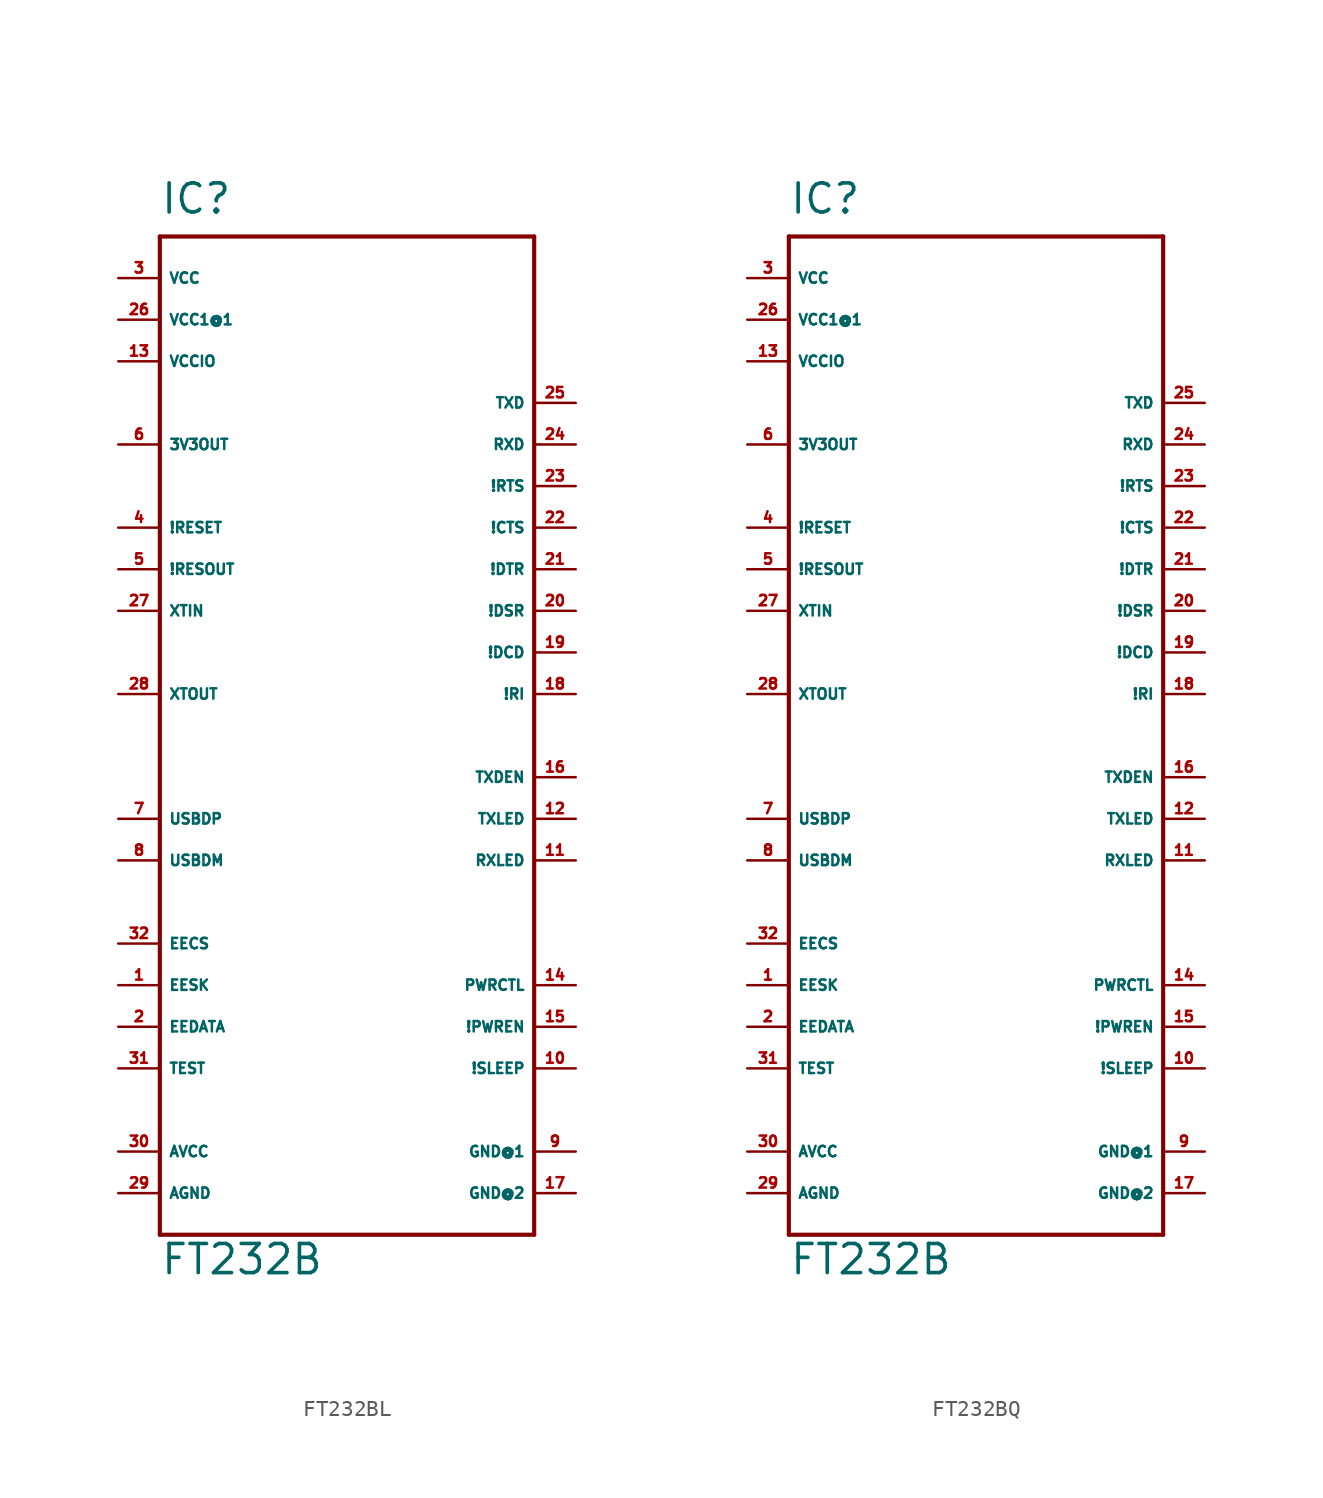
<source format=kicad_sym>
(kicad_symbol_lib
  (version 20220914)
  (generator Eagle2Kicad)
  (symbol "FT232BL"
    (property "Reference" "IC"
      (at -10.16 29.21 0)
      (effects (font (size 1.778 1.778) (thickness 0.22)) (justify left bottom)))
    (property "Value" "FT232B"
      (at -10.16 -35.56 0)
      (effects (font (size 1.778 1.778) (thickness 0.22)) (justify left bottom)))
    (polyline
      (pts (xy -10.16 27.94) (xy 12.7 27.94))
      (stroke (width 0.254) (type default))
      (fill (type none)))
    (polyline
      (pts (xy 12.7 27.94) (xy 12.7 -33.02))
      (stroke (width 0.254) (type default))
      (fill (type none)))
    (polyline
      (pts (xy 12.7 -33.02) (xy -10.16 -33.02))
      (stroke (width 0.254) (type default))
      (fill (type none)))
    (polyline
      (pts (xy -10.16 -33.02) (xy -10.16 27.94))
      (stroke (width 0.254) (type default))
      (fill (type none)))
    (pin unspecified line
      (at -12.7 25.4 0)
      (length 2.54)
      (name "VCC" (effects (font (size 0.635 0.635) (thickness 0.08)) (justify left bottom)))
      (number "3" (effects (font (size 0.635 0.635) (thickness 0.08)) (justify left bottom))))
    (pin output line
      (at -12.7 15.24 0)
      (length 2.54)
      (name "3V3OUT" (effects (font (size 0.635 0.635) (thickness 0.08)) (justify left bottom)))
      (number "6" (effects (font (size 0.635 0.635) (thickness 0.08)) (justify left bottom))))
    (pin bidirectional line
      (at -12.7 -7.62 0)
      (length 2.54)
      (name "USBDP" (effects (font (size 0.635 0.635) (thickness 0.08)) (justify left bottom)))
      (number "7" (effects (font (size 0.635 0.635) (thickness 0.08)) (justify left bottom))))
    (pin bidirectional line
      (at -12.7 -10.16 0)
      (length 2.54)
      (name "USBDM" (effects (font (size 0.635 0.635) (thickness 0.08)) (justify left bottom)))
      (number "8" (effects (font (size 0.635 0.635) (thickness 0.08)) (justify left bottom))))
    (pin output line
      (at -12.7 0 0)
      (length 2.54)
      (name "XTOUT" (effects (font (size 0.635 0.635) (thickness 0.08)) (justify left bottom)))
      (number "28" (effects (font (size 0.635 0.635) (thickness 0.08)) (justify left bottom))))
    (pin input line
      (at -12.7 5.08 0)
      (length 2.54)
      (name "XTIN" (effects (font (size 0.635 0.635) (thickness 0.08)) (justify left bottom)))
      (number "27" (effects (font (size 0.635 0.635) (thickness 0.08)) (justify left bottom))))
    (pin output line
      (at 15.24 17.78 180)
      (length 2.54)
      (name "TXD" (effects (font (size 0.635 0.635) (thickness 0.08)) (justify left bottom)))
      (number "25" (effects (font (size 0.635 0.635) (thickness 0.08)) (justify left bottom))))
    (pin input line
      (at 15.24 15.24 180)
      (length 2.54)
      (name "RXD" (effects (font (size 0.635 0.635) (thickness 0.08)) (justify left bottom)))
      (number "24" (effects (font (size 0.635 0.635) (thickness 0.08)) (justify left bottom))))
    (pin output line
      (at 15.24 12.7 180)
      (length 2.54)
      (name "!RTS" (effects (font (size 0.635 0.635) (thickness 0.08)) (justify left bottom)))
      (number "23" (effects (font (size 0.635 0.635) (thickness 0.08)) (justify left bottom))))
    (pin input line
      (at 15.24 10.16 180)
      (length 2.54)
      (name "!CTS" (effects (font (size 0.635 0.635) (thickness 0.08)) (justify left bottom)))
      (number "22" (effects (font (size 0.635 0.635) (thickness 0.08)) (justify left bottom))))
    (pin output line
      (at 15.24 7.62 180)
      (length 2.54)
      (name "!DTR" (effects (font (size 0.635 0.635) (thickness 0.08)) (justify left bottom)))
      (number "21" (effects (font (size 0.635 0.635) (thickness 0.08)) (justify left bottom))))
    (pin input line
      (at 15.24 5.08 180)
      (length 2.54)
      (name "!DSR" (effects (font (size 0.635 0.635) (thickness 0.08)) (justify left bottom)))
      (number "20" (effects (font (size 0.635 0.635) (thickness 0.08)) (justify left bottom))))
    (pin input line
      (at 15.24 2.54 180)
      (length 2.54)
      (name "!DCD" (effects (font (size 0.635 0.635) (thickness 0.08)) (justify left bottom)))
      (number "19" (effects (font (size 0.635 0.635) (thickness 0.08)) (justify left bottom))))
    (pin input line
      (at 15.24 0 180)
      (length 2.54)
      (name "!RI" (effects (font (size 0.635 0.635) (thickness 0.08)) (justify left bottom)))
      (number "18" (effects (font (size 0.635 0.635) (thickness 0.08)) (justify left bottom))))
    (pin bidirectional line
      (at 15.24 -5.08 180)
      (length 2.54)
      (name "TXDEN" (effects (font (size 0.635 0.635) (thickness 0.08)) (justify left bottom)))
      (number "16" (effects (font (size 0.635 0.635) (thickness 0.08)) (justify left bottom))))
    (pin bidirectional line
      (at 15.24 -7.62 180)
      (length 2.54)
      (name "TXLED" (effects (font (size 0.635 0.635) (thickness 0.08)) (justify left bottom)))
      (number "12" (effects (font (size 0.635 0.635) (thickness 0.08)) (justify left bottom))))
    (pin bidirectional line
      (at 15.24 -10.16 180)
      (length 2.54)
      (name "RXLED" (effects (font (size 0.635 0.635) (thickness 0.08)) (justify left bottom)))
      (number "11" (effects (font (size 0.635 0.635) (thickness 0.08)) (justify left bottom))))
    (pin bidirectional line
      (at 15.24 -17.78 180)
      (length 2.54)
      (name "PWRCTL" (effects (font (size 0.635 0.635) (thickness 0.08)) (justify left bottom)))
      (number "14" (effects (font (size 0.635 0.635) (thickness 0.08)) (justify left bottom))))
    (pin bidirectional line
      (at 15.24 -20.32 180)
      (length 2.54)
      (name "!PWREN" (effects (font (size 0.635 0.635) (thickness 0.08)) (justify left bottom)))
      (number "15" (effects (font (size 0.635 0.635) (thickness 0.08)) (justify left bottom))))
    (pin unspecified line
      (at -12.7 20.32 0)
      (length 2.54)
      (name "VCCIO" (effects (font (size 0.635 0.635) (thickness 0.08)) (justify left bottom)))
      (number "13" (effects (font (size 0.635 0.635) (thickness 0.08)) (justify left bottom))))
    (pin input line
      (at -12.7 10.16 0)
      (length 2.54)
      (name "!RESET" (effects (font (size 0.635 0.635) (thickness 0.08)) (justify left bottom)))
      (number "4" (effects (font (size 0.635 0.635) (thickness 0.08)) (justify left bottom))))
    (pin unspecified line
      (at -12.7 -30.48 0)
      (length 2.54)
      (name "AGND" (effects (font (size 0.635 0.635) (thickness 0.08)) (justify left bottom)))
      (number "29" (effects (font (size 0.635 0.635) (thickness 0.08)) (justify left bottom))))
    (pin unspecified line
      (at 15.24 -27.94 180)
      (length 2.54)
      (name "GND@1" (effects (font (size 0.635 0.635) (thickness 0.08)) (justify left bottom)))
      (number "9" (effects (font (size 0.635 0.635) (thickness 0.08)) (justify left bottom))))
    (pin input line
      (at 15.24 -22.86 180)
      (length 2.54)
      (name "!SLEEP" (effects (font (size 0.635 0.635) (thickness 0.08)) (justify left bottom)))
      (number "10" (effects (font (size 0.635 0.635) (thickness 0.08)) (justify left bottom))))
    (pin unspecified line
      (at 15.24 -30.48 180)
      (length 2.54)
      (name "GND@2" (effects (font (size 0.635 0.635) (thickness 0.08)) (justify left bottom)))
      (number "17" (effects (font (size 0.635 0.635) (thickness 0.08)) (justify left bottom))))
    (pin input line
      (at -12.7 7.62 0)
      (length 2.54)
      (name "!RESOUT" (effects (font (size 0.635 0.635) (thickness 0.08)) (justify left bottom)))
      (number "5" (effects (font (size 0.635 0.635) (thickness 0.08)) (justify left bottom))))
    (pin unspecified line
      (at -12.7 22.86 0)
      (length 2.54)
      (name "VCC1@1" (effects (font (size 0.635 0.635) (thickness 0.08)) (justify left bottom)))
      (number "26" (effects (font (size 0.635 0.635) (thickness 0.08)) (justify left bottom))))
    (pin unspecified line
      (at -12.7 -27.94 0)
      (length 2.54)
      (name "AVCC" (effects (font (size 0.635 0.635) (thickness 0.08)) (justify left bottom)))
      (number "30" (effects (font (size 0.635 0.635) (thickness 0.08)) (justify left bottom))))
    (pin input line
      (at -12.7 -15.24 0)
      (length 2.54)
      (name "EECS" (effects (font (size 0.635 0.635) (thickness 0.08)) (justify left bottom)))
      (number "32" (effects (font (size 0.635 0.635) (thickness 0.08)) (justify left bottom))))
    (pin input line
      (at -12.7 -17.78 0)
      (length 2.54)
      (name "EESK" (effects (font (size 0.635 0.635) (thickness 0.08)) (justify left bottom)))
      (number "1" (effects (font (size 0.635 0.635) (thickness 0.08)) (justify left bottom))))
    (pin input line
      (at -12.7 -20.32 0)
      (length 2.54)
      (name "EEDATA" (effects (font (size 0.635 0.635) (thickness 0.08)) (justify left bottom)))
      (number "2" (effects (font (size 0.635 0.635) (thickness 0.08)) (justify left bottom))))
    (pin input line
      (at -12.7 -22.86 0)
      (length 2.54)
      (name "TEST" (effects (font (size 0.635 0.635) (thickness 0.08)) (justify left bottom)))
      (number "31" (effects (font (size 0.635 0.635) (thickness 0.08)) (justify left bottom)))))
  (symbol "FT232BQ"
    (property "Reference" "IC"
      (at -10.16 29.21 0)
      (effects (font (size 1.778 1.778) (thickness 0.22)) (justify left bottom)))
    (property "Value" "FT232B"
      (at -10.16 -35.56 0)
      (effects (font (size 1.778 1.778) (thickness 0.22)) (justify left bottom)))
    (polyline
      (pts (xy -10.16 27.94) (xy 12.7 27.94))
      (stroke (width 0.254) (type default))
      (fill (type none)))
    (polyline
      (pts (xy 12.7 27.94) (xy 12.7 -33.02))
      (stroke (width 0.254) (type default))
      (fill (type none)))
    (polyline
      (pts (xy 12.7 -33.02) (xy -10.16 -33.02))
      (stroke (width 0.254) (type default))
      (fill (type none)))
    (polyline
      (pts (xy -10.16 -33.02) (xy -10.16 27.94))
      (stroke (width 0.254) (type default))
      (fill (type none)))
    (pin unspecified line
      (at -12.7 25.4 0)
      (length 2.54)
      (name "VCC" (effects (font (size 0.635 0.635) (thickness 0.08)) (justify left bottom)))
      (number "3" (effects (font (size 0.635 0.635) (thickness 0.08)) (justify left bottom))))
    (pin output line
      (at -12.7 15.24 0)
      (length 2.54)
      (name "3V3OUT" (effects (font (size 0.635 0.635) (thickness 0.08)) (justify left bottom)))
      (number "6" (effects (font (size 0.635 0.635) (thickness 0.08)) (justify left bottom))))
    (pin bidirectional line
      (at -12.7 -7.62 0)
      (length 2.54)
      (name "USBDP" (effects (font (size 0.635 0.635) (thickness 0.08)) (justify left bottom)))
      (number "7" (effects (font (size 0.635 0.635) (thickness 0.08)) (justify left bottom))))
    (pin bidirectional line
      (at -12.7 -10.16 0)
      (length 2.54)
      (name "USBDM" (effects (font (size 0.635 0.635) (thickness 0.08)) (justify left bottom)))
      (number "8" (effects (font (size 0.635 0.635) (thickness 0.08)) (justify left bottom))))
    (pin output line
      (at -12.7 0 0)
      (length 2.54)
      (name "XTOUT" (effects (font (size 0.635 0.635) (thickness 0.08)) (justify left bottom)))
      (number "28" (effects (font (size 0.635 0.635) (thickness 0.08)) (justify left bottom))))
    (pin input line
      (at -12.7 5.08 0)
      (length 2.54)
      (name "XTIN" (effects (font (size 0.635 0.635) (thickness 0.08)) (justify left bottom)))
      (number "27" (effects (font (size 0.635 0.635) (thickness 0.08)) (justify left bottom))))
    (pin output line
      (at 15.24 17.78 180)
      (length 2.54)
      (name "TXD" (effects (font (size 0.635 0.635) (thickness 0.08)) (justify left bottom)))
      (number "25" (effects (font (size 0.635 0.635) (thickness 0.08)) (justify left bottom))))
    (pin input line
      (at 15.24 15.24 180)
      (length 2.54)
      (name "RXD" (effects (font (size 0.635 0.635) (thickness 0.08)) (justify left bottom)))
      (number "24" (effects (font (size 0.635 0.635) (thickness 0.08)) (justify left bottom))))
    (pin output line
      (at 15.24 12.7 180)
      (length 2.54)
      (name "!RTS" (effects (font (size 0.635 0.635) (thickness 0.08)) (justify left bottom)))
      (number "23" (effects (font (size 0.635 0.635) (thickness 0.08)) (justify left bottom))))
    (pin input line
      (at 15.24 10.16 180)
      (length 2.54)
      (name "!CTS" (effects (font (size 0.635 0.635) (thickness 0.08)) (justify left bottom)))
      (number "22" (effects (font (size 0.635 0.635) (thickness 0.08)) (justify left bottom))))
    (pin output line
      (at 15.24 7.62 180)
      (length 2.54)
      (name "!DTR" (effects (font (size 0.635 0.635) (thickness 0.08)) (justify left bottom)))
      (number "21" (effects (font (size 0.635 0.635) (thickness 0.08)) (justify left bottom))))
    (pin input line
      (at 15.24 5.08 180)
      (length 2.54)
      (name "!DSR" (effects (font (size 0.635 0.635) (thickness 0.08)) (justify left bottom)))
      (number "20" (effects (font (size 0.635 0.635) (thickness 0.08)) (justify left bottom))))
    (pin input line
      (at 15.24 2.54 180)
      (length 2.54)
      (name "!DCD" (effects (font (size 0.635 0.635) (thickness 0.08)) (justify left bottom)))
      (number "19" (effects (font (size 0.635 0.635) (thickness 0.08)) (justify left bottom))))
    (pin input line
      (at 15.24 0 180)
      (length 2.54)
      (name "!RI" (effects (font (size 0.635 0.635) (thickness 0.08)) (justify left bottom)))
      (number "18" (effects (font (size 0.635 0.635) (thickness 0.08)) (justify left bottom))))
    (pin bidirectional line
      (at 15.24 -5.08 180)
      (length 2.54)
      (name "TXDEN" (effects (font (size 0.635 0.635) (thickness 0.08)) (justify left bottom)))
      (number "16" (effects (font (size 0.635 0.635) (thickness 0.08)) (justify left bottom))))
    (pin bidirectional line
      (at 15.24 -7.62 180)
      (length 2.54)
      (name "TXLED" (effects (font (size 0.635 0.635) (thickness 0.08)) (justify left bottom)))
      (number "12" (effects (font (size 0.635 0.635) (thickness 0.08)) (justify left bottom))))
    (pin bidirectional line
      (at 15.24 -10.16 180)
      (length 2.54)
      (name "RXLED" (effects (font (size 0.635 0.635) (thickness 0.08)) (justify left bottom)))
      (number "11" (effects (font (size 0.635 0.635) (thickness 0.08)) (justify left bottom))))
    (pin bidirectional line
      (at 15.24 -17.78 180)
      (length 2.54)
      (name "PWRCTL" (effects (font (size 0.635 0.635) (thickness 0.08)) (justify left bottom)))
      (number "14" (effects (font (size 0.635 0.635) (thickness 0.08)) (justify left bottom))))
    (pin bidirectional line
      (at 15.24 -20.32 180)
      (length 2.54)
      (name "!PWREN" (effects (font (size 0.635 0.635) (thickness 0.08)) (justify left bottom)))
      (number "15" (effects (font (size 0.635 0.635) (thickness 0.08)) (justify left bottom))))
    (pin unspecified line
      (at -12.7 20.32 0)
      (length 2.54)
      (name "VCCIO" (effects (font (size 0.635 0.635) (thickness 0.08)) (justify left bottom)))
      (number "13" (effects (font (size 0.635 0.635) (thickness 0.08)) (justify left bottom))))
    (pin input line
      (at -12.7 10.16 0)
      (length 2.54)
      (name "!RESET" (effects (font (size 0.635 0.635) (thickness 0.08)) (justify left bottom)))
      (number "4" (effects (font (size 0.635 0.635) (thickness 0.08)) (justify left bottom))))
    (pin unspecified line
      (at -12.7 -30.48 0)
      (length 2.54)
      (name "AGND" (effects (font (size 0.635 0.635) (thickness 0.08)) (justify left bottom)))
      (number "29" (effects (font (size 0.635 0.635) (thickness 0.08)) (justify left bottom))))
    (pin unspecified line
      (at 15.24 -27.94 180)
      (length 2.54)
      (name "GND@1" (effects (font (size 0.635 0.635) (thickness 0.08)) (justify left bottom)))
      (number "9" (effects (font (size 0.635 0.635) (thickness 0.08)) (justify left bottom))))
    (pin input line
      (at 15.24 -22.86 180)
      (length 2.54)
      (name "!SLEEP" (effects (font (size 0.635 0.635) (thickness 0.08)) (justify left bottom)))
      (number "10" (effects (font (size 0.635 0.635) (thickness 0.08)) (justify left bottom))))
    (pin unspecified line
      (at 15.24 -30.48 180)
      (length 2.54)
      (name "GND@2" (effects (font (size 0.635 0.635) (thickness 0.08)) (justify left bottom)))
      (number "17" (effects (font (size 0.635 0.635) (thickness 0.08)) (justify left bottom))))
    (pin input line
      (at -12.7 7.62 0)
      (length 2.54)
      (name "!RESOUT" (effects (font (size 0.635 0.635) (thickness 0.08)) (justify left bottom)))
      (number "5" (effects (font (size 0.635 0.635) (thickness 0.08)) (justify left bottom))))
    (pin unspecified line
      (at -12.7 22.86 0)
      (length 2.54)
      (name "VCC1@1" (effects (font (size 0.635 0.635) (thickness 0.08)) (justify left bottom)))
      (number "26" (effects (font (size 0.635 0.635) (thickness 0.08)) (justify left bottom))))
    (pin unspecified line
      (at -12.7 -27.94 0)
      (length 2.54)
      (name "AVCC" (effects (font (size 0.635 0.635) (thickness 0.08)) (justify left bottom)))
      (number "30" (effects (font (size 0.635 0.635) (thickness 0.08)) (justify left bottom))))
    (pin input line
      (at -12.7 -15.24 0)
      (length 2.54)
      (name "EECS" (effects (font (size 0.635 0.635) (thickness 0.08)) (justify left bottom)))
      (number "32" (effects (font (size 0.635 0.635) (thickness 0.08)) (justify left bottom))))
    (pin input line
      (at -12.7 -17.78 0)
      (length 2.54)
      (name "EESK" (effects (font (size 0.635 0.635) (thickness 0.08)) (justify left bottom)))
      (number "1" (effects (font (size 0.635 0.635) (thickness 0.08)) (justify left bottom))))
    (pin input line
      (at -12.7 -20.32 0)
      (length 2.54)
      (name "EEDATA" (effects (font (size 0.635 0.635) (thickness 0.08)) (justify left bottom)))
      (number "2" (effects (font (size 0.635 0.635) (thickness 0.08)) (justify left bottom))))
    (pin input line
      (at -12.7 -22.86 0)
      (length 2.54)
      (name "TEST" (effects (font (size 0.635 0.635) (thickness 0.08)) (justify left bottom)))
      (number "31" (effects (font (size 0.635 0.635) (thickness 0.08)) (justify left bottom))))))
</source>
